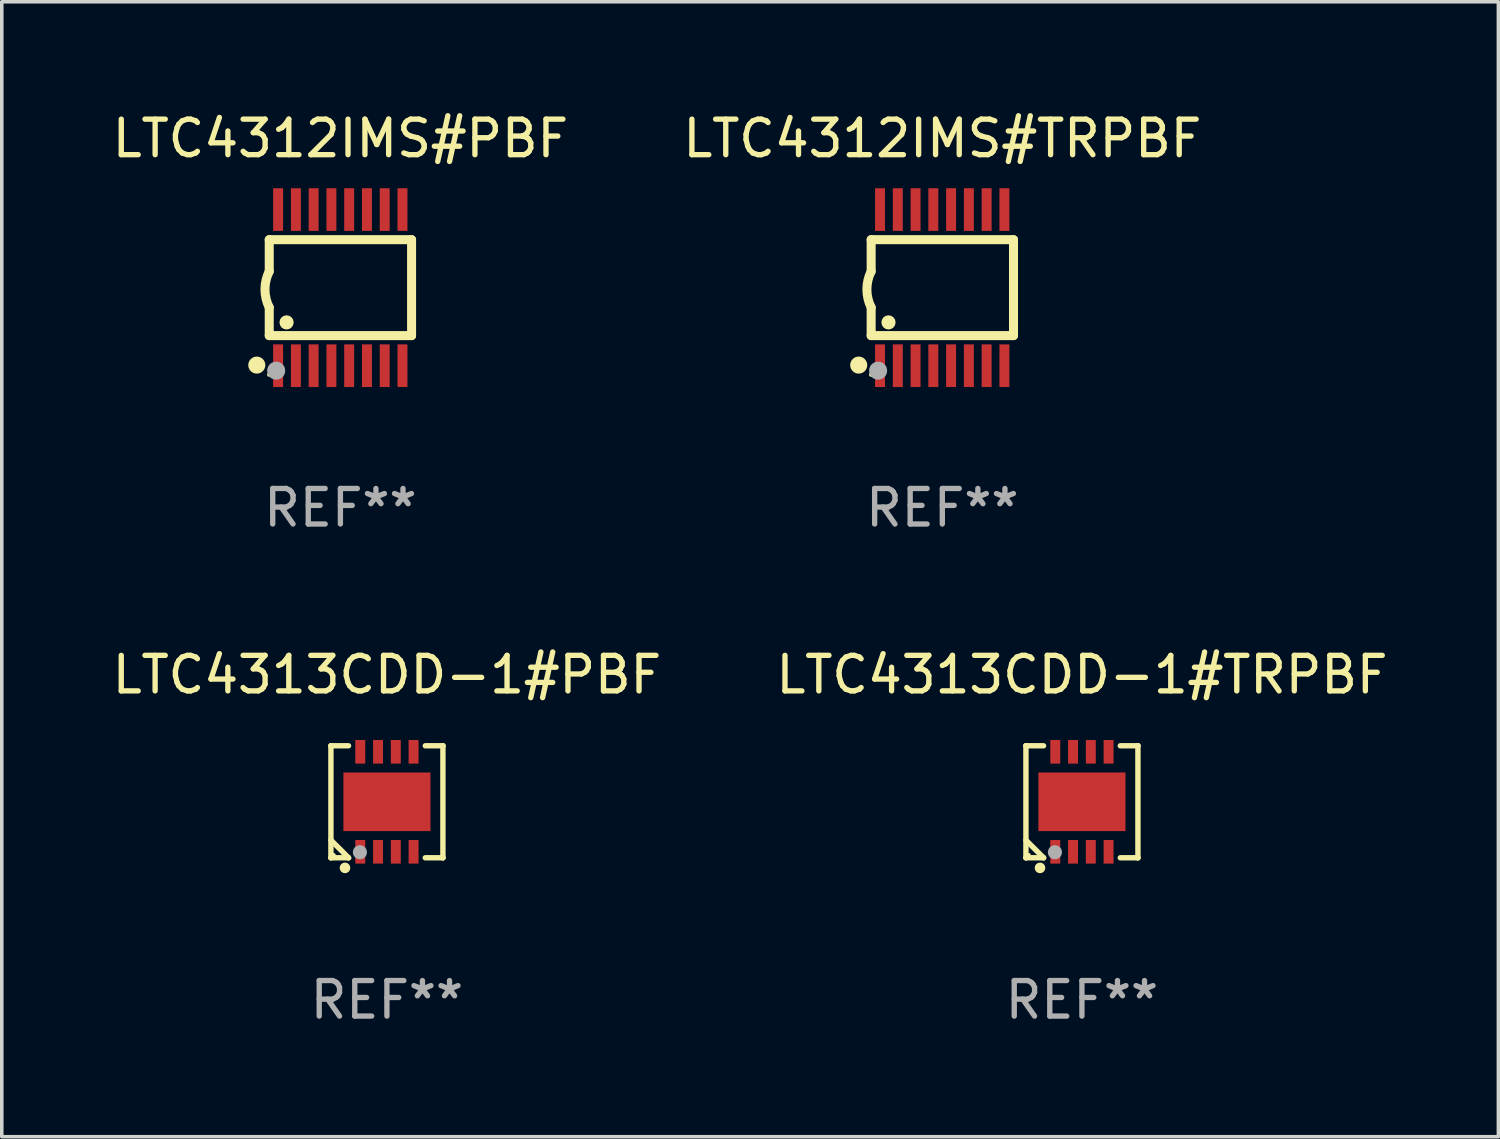
<source format=kicad_pcb>
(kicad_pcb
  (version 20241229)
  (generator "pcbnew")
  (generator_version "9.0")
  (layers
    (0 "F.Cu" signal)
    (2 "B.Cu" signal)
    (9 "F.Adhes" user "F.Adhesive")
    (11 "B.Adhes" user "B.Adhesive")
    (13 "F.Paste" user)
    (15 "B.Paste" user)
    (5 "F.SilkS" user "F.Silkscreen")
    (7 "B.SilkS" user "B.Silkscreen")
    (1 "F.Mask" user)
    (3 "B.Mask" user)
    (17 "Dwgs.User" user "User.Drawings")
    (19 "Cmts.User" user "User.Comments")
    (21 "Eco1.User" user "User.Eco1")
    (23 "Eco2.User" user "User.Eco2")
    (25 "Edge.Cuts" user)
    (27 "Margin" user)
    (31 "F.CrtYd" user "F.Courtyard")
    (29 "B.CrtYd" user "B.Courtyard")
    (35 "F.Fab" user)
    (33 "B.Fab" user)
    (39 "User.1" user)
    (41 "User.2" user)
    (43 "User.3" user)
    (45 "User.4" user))
  (footprint "LTC4313CDD-1#TRPBF"
    (layer "F.Cu")
    (at 27.399 19.515)
    (property "Reference" "LTC4313CDD-1#TRPBF" (at 0 -3.576 0) (layer "F.SilkS") (effects (font (size 1 1) (thickness 0.15))))
    (attr through_hole)
    (fp_line (start -1.576 -1.576) (end -1.576 -1.576) (stroke (width 0.152) (type solid)) (layer "F.SilkS"))
    (fp_line (start -1.576 -1.576) (end -1.08 -1.576) (stroke (width 0.152) (type solid)) (layer "F.SilkS"))
    (fp_line (start -1.576 1.576) (end -1.576 -1.576) (stroke (width 0.152) (type solid)) (layer "F.SilkS"))
    (fp_line (start -1.576 1.576) (end -1.576 1.576) (stroke (width 0.152) (type solid)) (layer "F.SilkS"))
    (fp_line (start -1.08 1.575) (end -1.576 1.079) (stroke (width 0.152) (type solid)) (layer "F.SilkS"))
    (fp_line (start -1.08 1.576) (end -1.576 1.576) (stroke (width 0.152) (type solid)) (layer "F.SilkS"))
    (fp_line (start -1.08 1.576) (end -1.08 1.575) (stroke (width 0.152) (type solid)) (layer "F.SilkS"))
    (fp_line (start 1.08 1.576) (end 1.576 1.576) (stroke (width 0.152) (type solid)) (layer "F.SilkS"))
    (fp_line (start 1.576 -1.576) (end 1.08 -1.576) (stroke (width 0.152) (type solid)) (layer "F.SilkS"))
    (fp_line (start 1.576 -1.576) (end 1.576 -1.576) (stroke (width 0.152) (type solid)) (layer "F.SilkS"))
    (fp_line (start 1.576 1.576) (end 1.576 -1.576) (stroke (width 0.152) (type solid)) (layer "F.SilkS"))
    (fp_line (start 1.576 1.576) (end 1.576 1.576) (stroke (width 0.152) (type solid)) (layer "F.SilkS"))
    (fp_circle (center -1.5 1.5) (end -1.47 1.5) (stroke (width 0.06) (type solid)) (fill no) (layer "F.SilkS"))
    (fp_circle (center -1.18 1.86) (end -1.105 1.86) (stroke (width 0.15) (type solid)) (fill no) (layer "F.SilkS"))
    (fp_circle (center -0.76 1.42) (end -0.66 1.42) (stroke (width 0.2) (type solid)) (fill no) (layer "F.Fab"))
    (fp_text user "REF**" (at 0 5.576 0) (layer "F.Fab") (effects (font (size 1 1) (thickness 0.15))))
    (pad "1" smd rect (at -0.75 1.407) (size 0.28 0.665) (layers "F.Cu" "F.Mask" "F.Paste"))
    (pad "2" smd rect (at -0.25 1.407) (size 0.28 0.665) (layers "F.Cu" "F.Mask" "F.Paste"))
    (pad "3" smd rect (at 0.25 1.407) (size 0.28 0.665) (layers "F.Cu" "F.Mask" "F.Paste"))
    (pad "4" smd rect (at 0.75 1.407) (size 0.28 0.665) (layers "F.Cu" "F.Mask" "F.Paste"))
    (pad "5" smd rect (at 0.75 -1.407) (size 0.28 0.665) (layers "F.Cu" "F.Mask" "F.Paste"))
    (pad "6" smd rect (at 0.25 -1.407) (size 0.28 0.665) (layers "F.Cu" "F.Mask" "F.Paste"))
    (pad "7" smd rect (at -0.25 -1.407) (size 0.28 0.665) (layers "F.Cu" "F.Mask" "F.Paste"))
    (pad "8" smd rect (at -0.75 -1.407) (size 0.28 0.665) (layers "F.Cu" "F.Mask" "F.Paste"))
    (pad "9" smd rect (at 0 0) (size 2.45 1.65) (layers "F.Cu" "F.Mask" "F.Paste")))
  (footprint "LTC4313CDD-1#PBF"
    (layer "F.Cu")
    (at 7.839 19.515)
    (property "Reference" "LTC4313CDD-1#PBF" (at 0 -3.576 0) (layer "F.SilkS") (effects (font (size 1 1) (thickness 0.15))))
    (attr through_hole)
    (fp_line (start -1.576 -1.576) (end -1.576 -1.576) (stroke (width 0.152) (type solid)) (layer "F.SilkS"))
    (fp_line (start -1.576 -1.576) (end -1.08 -1.576) (stroke (width 0.152) (type solid)) (layer "F.SilkS"))
    (fp_line (start -1.576 1.576) (end -1.576 -1.576) (stroke (width 0.152) (type solid)) (layer "F.SilkS"))
    (fp_line (start -1.576 1.576) (end -1.576 1.576) (stroke (width 0.152) (type solid)) (layer "F.SilkS"))
    (fp_line (start -1.08 1.575) (end -1.576 1.079) (stroke (width 0.152) (type solid)) (layer "F.SilkS"))
    (fp_line (start -1.08 1.576) (end -1.576 1.576) (stroke (width 0.152) (type solid)) (layer "F.SilkS"))
    (fp_line (start -1.08 1.576) (end -1.08 1.575) (stroke (width 0.152) (type solid)) (layer "F.SilkS"))
    (fp_line (start 1.08 1.576) (end 1.576 1.576) (stroke (width 0.152) (type solid)) (layer "F.SilkS"))
    (fp_line (start 1.576 -1.576) (end 1.08 -1.576) (stroke (width 0.152) (type solid)) (layer "F.SilkS"))
    (fp_line (start 1.576 -1.576) (end 1.576 -1.576) (stroke (width 0.152) (type solid)) (layer "F.SilkS"))
    (fp_line (start 1.576 1.576) (end 1.576 -1.576) (stroke (width 0.152) (type solid)) (layer "F.SilkS"))
    (fp_line (start 1.576 1.576) (end 1.576 1.576) (stroke (width 0.152) (type solid)) (layer "F.SilkS"))
    (fp_circle (center -1.5 1.5) (end -1.47 1.5) (stroke (width 0.06) (type solid)) (fill no) (layer "F.SilkS"))
    (fp_circle (center -1.18 1.86) (end -1.105 1.86) (stroke (width 0.15) (type solid)) (fill no) (layer "F.SilkS"))
    (fp_circle (center -0.76 1.42) (end -0.66 1.42) (stroke (width 0.2) (type solid)) (fill no) (layer "F.Fab"))
    (fp_text user "REF**" (at 0 5.576 0) (layer "F.Fab") (effects (font (size 1 1) (thickness 0.15))))
    (pad "1" smd rect (at -0.75 1.407) (size 0.28 0.665) (layers "F.Cu" "F.Mask" "F.Paste"))
    (pad "2" smd rect (at -0.25 1.407) (size 0.28 0.665) (layers "F.Cu" "F.Mask" "F.Paste"))
    (pad "3" smd rect (at 0.25 1.407) (size 0.28 0.665) (layers "F.Cu" "F.Mask" "F.Paste"))
    (pad "4" smd rect (at 0.75 1.407) (size 0.28 0.665) (layers "F.Cu" "F.Mask" "F.Paste"))
    (pad "5" smd rect (at 0.75 -1.407) (size 0.28 0.665) (layers "F.Cu" "F.Mask" "F.Paste"))
    (pad "6" smd rect (at 0.25 -1.407) (size 0.28 0.665) (layers "F.Cu" "F.Mask" "F.Paste"))
    (pad "7" smd rect (at -0.25 -1.407) (size 0.28 0.665) (layers "F.Cu" "F.Mask" "F.Paste"))
    (pad "8" smd rect (at -0.75 -1.407) (size 0.28 0.665) (layers "F.Cu" "F.Mask" "F.Paste"))
    (pad "9" smd rect (at 0 0) (size 2.45 1.65) (layers "F.Cu" "F.Mask" "F.Paste")))
  (footprint "LTC4312IMS#TRPBF"
    (layer "F.Cu")
    (at 23.47 5.045)
    (property "Reference" "LTC4312IMS#TRPBF" (at 0 -4.197 0) (layer "F.SilkS") (effects (font (size 1 1) (thickness 0.15))))
    (attr through_hole)
    (fp_line (start -2.003 -1.35) (end -2.003 -0.457) (stroke (width 0.254) (type solid)) (layer "F.SilkS"))
    (fp_line (start -2.003 -1.35) (end 2.003 -1.35) (stroke (width 0.254) (type solid)) (layer "F.SilkS"))
    (fp_line (start -2.003 1.35) (end -2.003 0.559) (stroke (width 0.254) (type solid)) (layer "F.SilkS"))
    (fp_line (start -2.003 1.35) (end 2.003 1.35) (stroke (width 0.254) (type solid)) (layer "F.SilkS"))
    (fp_line (start 2.003 -1.35) (end 2.003 1.35) (stroke (width 0.254) (type solid)) (layer "F.SilkS"))
    (fp_arc (start -2.002286 0.558802) (mid -2.122556 0.05092) (end -2.003302 -0.457201) (stroke (width 0.254001) (type solid)) (layer "F.SilkS"))
    (fp_circle (center -2.353 2.18) (end -2.233 2.18) (stroke (width 0.24) (type solid)) (fill no) (layer "F.SilkS"))
    (fp_circle (center -2.003 2.45) (end -1.973 2.45) (stroke (width 0.06) (type solid)) (fill no) (layer "F.SilkS"))
    (fp_circle (center -1.515 0.978) (end -1.415 0.978) (stroke (width 0.2) (type solid)) (fill no) (layer "F.SilkS"))
    (fp_circle (center -1.807 2.337) (end -1.68 2.337) (stroke (width 0.254) (type solid)) (fill no) (layer "F.Fab"))
    (fp_text user "REF**" (at 0 6.197 0) (layer "F.Fab") (effects (font (size 1 1) (thickness 0.15))))
    (pad "1" smd rect (at -1.753 2.197 90) (size 1.2 0.28) (layers "F.Cu" "F.Mask" "F.Paste"))
    (pad "2" smd rect (at -1.253 2.197 90) (size 1.2 0.28) (layers "F.Cu" "F.Mask" "F.Paste"))
    (pad "3" smd rect (at -0.753 2.197 90) (size 1.2 0.28) (layers "F.Cu" "F.Mask" "F.Paste"))
    (pad "4" smd rect (at -0.253 2.197 90) (size 1.2 0.28) (layers "F.Cu" "F.Mask" "F.Paste"))
    (pad "5" smd rect (at 0.247 2.197 90) (size 1.2 0.28) (layers "F.Cu" "F.Mask" "F.Paste"))
    (pad "6" smd rect (at 0.747 2.197 90) (size 1.2 0.28) (layers "F.Cu" "F.Mask" "F.Paste"))
    (pad "7" smd rect (at 1.247 2.197 90) (size 1.2 0.28) (layers "F.Cu" "F.Mask" "F.Paste"))
    (pad "8" smd rect (at 1.747 2.197 90) (size 1.2 0.28) (layers "F.Cu" "F.Mask" "F.Paste"))
    (pad "9" smd rect (at 1.747 -2.197 90) (size 1.2 0.28) (layers "F.Cu" "F.Mask" "F.Paste"))
    (pad "10" smd rect (at 1.247 -2.197 90) (size 1.2 0.28) (layers "F.Cu" "F.Mask" "F.Paste"))
    (pad "11" smd rect (at 0.747 -2.197 90) (size 1.2 0.28) (layers "F.Cu" "F.Mask" "F.Paste"))
    (pad "12" smd rect (at 0.247 -2.197 90) (size 1.2 0.28) (layers "F.Cu" "F.Mask" "F.Paste"))
    (pad "13" smd rect (at -0.253 -2.197 90) (size 1.2 0.28) (layers "F.Cu" "F.Mask" "F.Paste"))
    (pad "14" smd rect (at -0.753 -2.197 90) (size 1.2 0.28) (layers "F.Cu" "F.Mask" "F.Paste"))
    (pad "15" smd rect (at -1.253 -2.197 90) (size 1.2 0.28) (layers "F.Cu" "F.Mask" "F.Paste"))
    (pad "16" smd rect (at -1.753 -2.197 90) (size 1.2 0.28) (layers "F.Cu" "F.Mask" "F.Paste")))
  (footprint "LTC4312IMS#PBF"
    (layer "F.Cu")
    (at 6.53 5.045)
    (property "Reference" "LTC4312IMS#PBF" (at 0 -4.197 0) (layer "F.SilkS") (effects (font (size 1 1) (thickness 0.15))))
    (attr through_hole)
    (fp_line (start -2.003 -1.35) (end -2.003 -0.457) (stroke (width 0.254) (type solid)) (layer "F.SilkS"))
    (fp_line (start -2.003 -1.35) (end 2.003 -1.35) (stroke (width 0.254) (type solid)) (layer "F.SilkS"))
    (fp_line (start -2.003 1.35) (end -2.003 0.559) (stroke (width 0.254) (type solid)) (layer "F.SilkS"))
    (fp_line (start -2.003 1.35) (end 2.003 1.35) (stroke (width 0.254) (type solid)) (layer "F.SilkS"))
    (fp_line (start 2.003 -1.35) (end 2.003 1.35) (stroke (width 0.254) (type solid)) (layer "F.SilkS"))
    (fp_arc (start -2.002286 0.558802) (mid -2.122556 0.05092) (end -2.003302 -0.457201) (stroke (width 0.254001) (type solid)) (layer "F.SilkS"))
    (fp_circle (center -2.353 2.18) (end -2.233 2.18) (stroke (width 0.24) (type solid)) (fill no) (layer "F.SilkS"))
    (fp_circle (center -2.003 2.45) (end -1.973 2.45) (stroke (width 0.06) (type solid)) (fill no) (layer "F.SilkS"))
    (fp_circle (center -1.515 0.978) (end -1.415 0.978) (stroke (width 0.2) (type solid)) (fill no) (layer "F.SilkS"))
    (fp_circle (center -1.807 2.337) (end -1.68 2.337) (stroke (width 0.254) (type solid)) (fill no) (layer "F.Fab"))
    (fp_text user "REF**" (at 0 6.197 0) (layer "F.Fab") (effects (font (size 1 1) (thickness 0.15))))
    (pad "1" smd rect (at -1.753 2.197 90) (size 1.2 0.28) (layers "F.Cu" "F.Mask" "F.Paste"))
    (pad "2" smd rect (at -1.253 2.197 90) (size 1.2 0.28) (layers "F.Cu" "F.Mask" "F.Paste"))
    (pad "3" smd rect (at -0.753 2.197 90) (size 1.2 0.28) (layers "F.Cu" "F.Mask" "F.Paste"))
    (pad "4" smd rect (at -0.253 2.197 90) (size 1.2 0.28) (layers "F.Cu" "F.Mask" "F.Paste"))
    (pad "5" smd rect (at 0.247 2.197 90) (size 1.2 0.28) (layers "F.Cu" "F.Mask" "F.Paste"))
    (pad "6" smd rect (at 0.747 2.197 90) (size 1.2 0.28) (layers "F.Cu" "F.Mask" "F.Paste"))
    (pad "7" smd rect (at 1.247 2.197 90) (size 1.2 0.28) (layers "F.Cu" "F.Mask" "F.Paste"))
    (pad "8" smd rect (at 1.747 2.197 90) (size 1.2 0.28) (layers "F.Cu" "F.Mask" "F.Paste"))
    (pad "9" smd rect (at 1.747 -2.197 90) (size 1.2 0.28) (layers "F.Cu" "F.Mask" "F.Paste"))
    (pad "10" smd rect (at 1.247 -2.197 90) (size 1.2 0.28) (layers "F.Cu" "F.Mask" "F.Paste"))
    (pad "11" smd rect (at 0.747 -2.197 90) (size 1.2 0.28) (layers "F.Cu" "F.Mask" "F.Paste"))
    (pad "12" smd rect (at 0.247 -2.197 90) (size 1.2 0.28) (layers "F.Cu" "F.Mask" "F.Paste"))
    (pad "13" smd rect (at -0.253 -2.197 90) (size 1.2 0.28) (layers "F.Cu" "F.Mask" "F.Paste"))
    (pad "14" smd rect (at -0.753 -2.197 90) (size 1.2 0.28) (layers "F.Cu" "F.Mask" "F.Paste"))
    (pad "15" smd rect (at -1.253 -2.197 90) (size 1.2 0.28) (layers "F.Cu" "F.Mask" "F.Paste"))
    (pad "16" smd rect (at -1.753 -2.197 90) (size 1.2 0.28) (layers "F.Cu" "F.Mask" "F.Paste")))
  (gr_rect
    (start -3 -3)
    (end 39.119 28.94)
    (stroke (width 0.1) (type default))
    (fill no)
    (layer "Edge.Cuts")))
</source>
